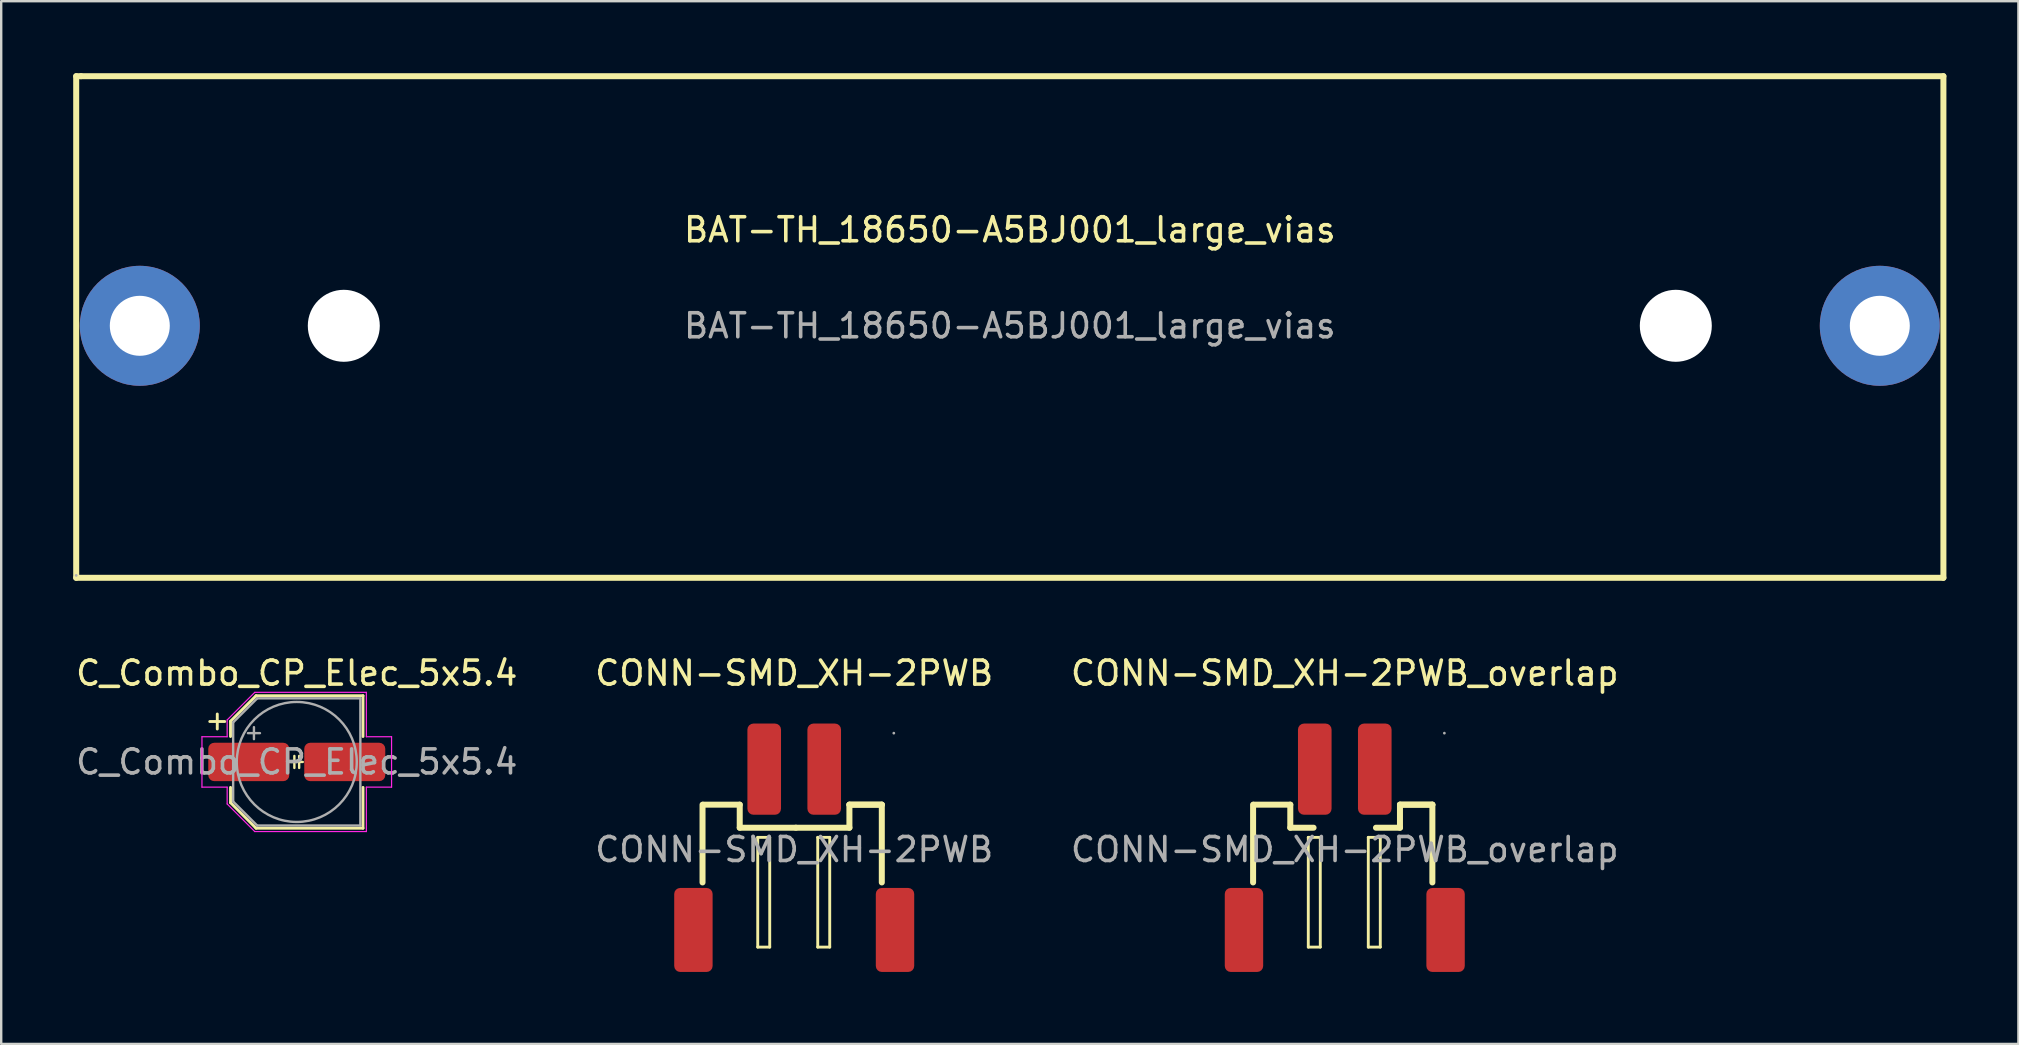
<source format=kicad_pcb>
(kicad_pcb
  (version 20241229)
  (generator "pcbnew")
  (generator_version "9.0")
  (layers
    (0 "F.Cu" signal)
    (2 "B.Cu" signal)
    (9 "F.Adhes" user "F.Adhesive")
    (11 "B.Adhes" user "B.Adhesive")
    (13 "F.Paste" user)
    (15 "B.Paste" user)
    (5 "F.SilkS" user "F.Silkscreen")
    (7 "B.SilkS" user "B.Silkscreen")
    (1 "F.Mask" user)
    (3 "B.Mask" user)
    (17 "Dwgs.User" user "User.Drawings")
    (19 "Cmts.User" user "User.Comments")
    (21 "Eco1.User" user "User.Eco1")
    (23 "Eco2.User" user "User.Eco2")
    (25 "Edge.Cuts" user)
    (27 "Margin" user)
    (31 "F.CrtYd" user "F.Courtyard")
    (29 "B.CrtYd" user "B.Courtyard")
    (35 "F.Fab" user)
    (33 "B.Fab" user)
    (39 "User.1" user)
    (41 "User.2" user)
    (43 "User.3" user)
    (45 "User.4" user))
  (footprint "CONN-SMD_XH-2PWB"
    (layer "F.Cu")
    (at 30.042 32.348)
    (property "Reference" "CONN-SMD_XH-2PWB" (at 0 -7.35 0) (layer "F.SilkS") (effects (font (size 1 1) (thickness 0.15))))
    (attr smd)
    (fp_line (start -3.82 1.37) (end -3.82 -1.87) (stroke (width 0.25) (type solid)) (layer "F.SilkS"))
    (fp_line (start -2.27 -1.87) (end -3.79 -1.87) (stroke (width 0.25) (type solid)) (layer "F.SilkS"))
    (fp_line (start -2.27 -0.91) (end -2.27 -1.87) (stroke (width 0.25) (type solid)) (layer "F.SilkS"))
    (fp_line (start -1.52 -0.508) (end -1.52 4.064) (stroke (width 0.12) (type solid)) (layer "F.SilkS"))
    (fp_line (start -1.52 4.064) (end -1.02 4.064) (stroke (width 0.12) (type solid)) (layer "F.SilkS"))
    (fp_line (start -1.02 -0.508) (end -1.52 -0.508) (stroke (width 0.12) (type solid)) (layer "F.SilkS"))
    (fp_line (start -1.02 4.064) (end -1.02 -0.508) (stroke (width 0.12) (type solid)) (layer "F.SilkS"))
    (fp_line (start 0.07 -0.91) (end -2.27 -0.91) (stroke (width 0.25) (type solid)) (layer "F.SilkS"))
    (fp_line (start 0.98 -0.508) (end 0.98 4.064) (stroke (width 0.12) (type solid)) (layer "F.SilkS"))
    (fp_line (start 0.98 4.064) (end 1.48 4.064) (stroke (width 0.12) (type solid)) (layer "F.SilkS"))
    (fp_line (start 1.48 -0.508) (end 0.98 -0.508) (stroke (width 0.12) (type solid)) (layer "F.SilkS"))
    (fp_line (start 1.48 4.064) (end 1.48 -0.508) (stroke (width 0.12) (type solid)) (layer "F.SilkS"))
    (fp_line (start 2.3 -1.87) (end 2.3 -0.91) (stroke (width 0.25) (type solid)) (layer "F.SilkS"))
    (fp_line (start 2.3 -0.91) (end 0.07 -0.91) (stroke (width 0.25) (type solid)) (layer "F.SilkS"))
    (fp_line (start 3.65 -1.87) (end 2.3 -1.87) (stroke (width 0.25) (type solid)) (layer "F.SilkS"))
    (fp_line (start 3.65 -1.87) (end 2.3 -1.87) (stroke (width 0.25) (type solid)) (layer "F.SilkS"))
    (fp_line (start 3.65 1.37) (end 3.65 -1.87) (stroke (width 0.25) (type solid)) (layer "F.SilkS"))
    (fp_circle (center 4.15 -4.85) (end 4.18 -4.85) (stroke (width 0.06) (type solid)) (fill no) (layer "F.Fab"))
    (fp_text user "${REFERENCE}" (at 0 0 0) (layer "F.Fab") (effects (font (size 1 1) (thickness 0.15))))
    (pad "1" smd roundrect (at 1.25 -3.35 180) (size 1.4 3.8) (layers "F.Cu" "F.Mask" "F.Paste") (roundrect_rratio 0.179))
    (pad "2" smd roundrect (at -1.25 -3.35 180) (size 1.4 3.8) (layers "F.Cu" "F.Mask" "F.Paste") (roundrect_rratio 0.179))
    (pad "3" smd roundrect (at 4.2 3.35 180) (size 1.6 3.5) (layers "F.Cu" "F.Mask" "F.Paste") (roundrect_rratio 0.156))
    (pad "4" smd roundrect (at -4.2 3.35 180) (size 1.6 3.5) (layers "F.Cu" "F.Mask" "F.Paste") (roundrect_rratio 0.156)))
  (footprint "BAT-TH_18650-A5BJ001_large_vias"
    (layer "F.Cu")
    (at 39.025 10.525)
    (property "Reference" "BAT-TH_18650-A5BJ001_large_vias" (at 0 -4 0) (layer "F.SilkS") (effects (font (size 1 1) (thickness 0.15))))
    (attr through_hole)
    (fp_line (start -38.9 -10.4) (end -38.7 -10.4) (stroke (width 0.25) (type solid)) (layer "F.SilkS"))
    (fp_line (start -38.9 10.5) (end -38.9 -10.4) (stroke (width 0.25) (type solid)) (layer "F.SilkS"))
    (fp_line (start -38.7 -10.4) (end 38.9 -10.4) (stroke (width 0.25) (type solid)) (layer "F.SilkS"))
    (fp_line (start 38.9 -10.4) (end 38.9 10.5) (stroke (width 0.25) (type solid)) (layer "F.SilkS"))
    (fp_line (start 38.9 10.5) (end -38.9 10.5) (stroke (width 0.25) (type solid)) (layer "F.SilkS"))
    (fp_circle (center -38.9 10.4) (end -38.87 10.4) (stroke (width 0.06) (type solid)) (fill no) (layer "F.Fab"))
    (fp_text user "${REFERENCE}" (at 0 0 0) (layer "F.Fab") (effects (font (size 1 1) (thickness 0.15))))
    (pad "" np_thru_hole circle (at -27.75 0) (size 3 3) (drill 3) (layers "*.Cu" "*.Mask"))
    (pad "" np_thru_hole circle (at 27.75 0) (size 3 3) (drill 3) (layers "*.Cu" "*.Mask"))
    (pad "1" thru_hole circle (at -36.25 0) (size 5 5) (drill 2.5) (layers "*.Cu" "*.Mask"))
    (pad "2" thru_hole circle (at 36.25 0) (size 5 5) (drill 2.5) (layers "*.Cu" "*.Mask")))
  (footprint "CONN-SMD_XH-2PWB_overlap"
    (layer "F.Cu")
    (at 52.982 32.348)
    (property "Reference" "CONN-SMD_XH-2PWB_overlap" (at 0 -7.35 0) (layer "F.SilkS") (effects (font (size 1 1) (thickness 0.15))))
    (attr smd)
    (fp_line (start -3.82 1.37) (end -3.82 -1.87) (stroke (width 0.25) (type solid)) (layer "F.SilkS"))
    (fp_line (start -2.27 -1.87) (end -3.79 -1.87) (stroke (width 0.25) (type solid)) (layer "F.SilkS"))
    (fp_line (start -2.27 -0.91) (end -2.27 -1.87) (stroke (width 0.25) (type solid)) (layer "F.SilkS"))
    (fp_line (start -1.52 -0.508) (end -1.52 4.064) (stroke (width 0.12) (type solid)) (layer "F.SilkS"))
    (fp_line (start -1.52 4.064) (end -1.02 4.064) (stroke (width 0.12) (type solid)) (layer "F.SilkS"))
    (fp_line (start -1.3 -0.91) (end -2.27 -0.91) (stroke (width 0.25) (type solid)) (layer "F.SilkS"))
    (fp_line (start -1.02 -0.508) (end -1.52 -0.508) (stroke (width 0.12) (type solid)) (layer "F.SilkS"))
    (fp_line (start -1.02 4.064) (end -1.02 -0.508) (stroke (width 0.12) (type solid)) (layer "F.SilkS"))
    (fp_line (start 0.98 -0.508) (end 0.98 4.064) (stroke (width 0.12) (type solid)) (layer "F.SilkS"))
    (fp_line (start 0.98 4.064) (end 1.48 4.064) (stroke (width 0.12) (type solid)) (layer "F.SilkS"))
    (fp_line (start 1.48 -0.508) (end 0.98 -0.508) (stroke (width 0.12) (type solid)) (layer "F.SilkS"))
    (fp_line (start 1.48 4.064) (end 1.48 -0.508) (stroke (width 0.12) (type solid)) (layer "F.SilkS"))
    (fp_line (start 2.3 -1.87) (end 2.3 -0.91) (stroke (width 0.25) (type solid)) (layer "F.SilkS"))
    (fp_line (start 2.3 -0.91) (end 1.3 -0.91) (stroke (width 0.25) (type solid)) (layer "F.SilkS"))
    (fp_line (start 3.65 -1.87) (end 2.3 -1.87) (stroke (width 0.25) (type solid)) (layer "F.SilkS"))
    (fp_line (start 3.65 -1.87) (end 2.3 -1.87) (stroke (width 0.25) (type solid)) (layer "F.SilkS"))
    (fp_line (start 3.65 1.37) (end 3.65 -1.87) (stroke (width 0.25) (type solid)) (layer "F.SilkS"))
    (fp_circle (center 4.15 -4.85) (end 4.18 -4.85) (stroke (width 0.06) (type solid)) (fill no) (layer "F.Fab"))
    (fp_text user "${REFERENCE}" (at 0 0 0) (layer "F.Fab") (effects (font (size 1 1) (thickness 0.15))))
    (pad "1" smd roundrect (at 1.25 -3.35 180) (size 1.4 3.8) (layers "F.Cu" "F.Mask" "F.Paste") (roundrect_rratio 0.179))
    (pad "2" smd roundrect (at -1.25 -3.35 180) (size 1.4 3.8) (layers "F.Cu" "F.Mask" "F.Paste") (roundrect_rratio 0.179))
    (pad "3" smd roundrect (at 4.2 3.35 180) (size 1.6 3.5) (layers "F.Cu" "F.Mask" "F.Paste") (roundrect_rratio 0.156))
    (pad "4" smd roundrect (at -4.2 3.35 180) (size 1.6 3.5) (layers "F.Cu" "F.Mask" "F.Paste") (roundrect_rratio 0.156)))
  (footprint "C_Combo_CP_Elec_5x5.4"
    (layer "F.Cu")
    (at 9.315 28.698)
    (property "Reference" "C_Combo_CP_Elec_5x5.4" (at 0 -3.7 0) (layer "F.SilkS") (effects (font (size 1 1) (thickness 0.15))))
    (attr smd)
    (fp_line (start -3.625 -1.685) (end -3 -1.685) (stroke (width 0.12) (type solid)) (layer "F.SilkS"))
    (fp_line (start -3.312 -1.998) (end -3.312 -1.373) (stroke (width 0.12) (type solid)) (layer "F.SilkS"))
    (fp_line (start -2.76 -1.696) (end -2.76 -1.06) (stroke (width 0.12) (type solid)) (layer "F.SilkS"))
    (fp_line (start -2.76 -1.696) (end -1.696 -2.76) (stroke (width 0.12) (type solid)) (layer "F.SilkS"))
    (fp_line (start -2.76 1.696) (end -2.76 1.06) (stroke (width 0.12) (type solid)) (layer "F.SilkS"))
    (fp_line (start -2.76 1.696) (end -1.696 2.76) (stroke (width 0.12) (type solid)) (layer "F.SilkS"))
    (fp_line (start -1.696 -2.76) (end 2.76 -2.76) (stroke (width 0.12) (type solid)) (layer "F.SilkS"))
    (fp_line (start -1.696 2.76) (end 2.76 2.76) (stroke (width 0.12) (type solid)) (layer "F.SilkS"))
    (fp_line (start -0.1 -0.25) (end -0.1 0.25) (stroke (width 0.1) (type default)) (layer "F.SilkS"))
    (fp_line (start -0.1 0) (end -0.25 0) (stroke (width 0.1) (type default)) (layer "F.SilkS"))
    (fp_line (start 0.1 0) (end 0.25 0) (stroke (width 0.1) (type default)) (layer "F.SilkS"))
    (fp_line (start 0.1 0.25) (end 0.1 -0.25) (stroke (width 0.1) (type default)) (layer "F.SilkS"))
    (fp_line (start 2.76 -2.76) (end 2.76 -1.06) (stroke (width 0.12) (type solid)) (layer "F.SilkS"))
    (fp_line (start 2.76 2.76) (end 2.76 1.06) (stroke (width 0.12) (type solid)) (layer "F.SilkS"))
    (fp_line (start -3.95 -1.05) (end -3.95 1.05) (stroke (width 0.05) (type solid)) (layer "F.CrtYd"))
    (fp_line (start -3.95 1.05) (end -2.9 1.05) (stroke (width 0.05) (type solid)) (layer "F.CrtYd"))
    (fp_line (start -2.9 -1.75) (end -2.9 -1.05) (stroke (width 0.05) (type solid)) (layer "F.CrtYd"))
    (fp_line (start -2.9 -1.75) (end -1.75 -2.9) (stroke (width 0.05) (type solid)) (layer "F.CrtYd"))
    (fp_line (start -2.9 -1.05) (end -3.95 -1.05) (stroke (width 0.05) (type solid)) (layer "F.CrtYd"))
    (fp_line (start -2.9 1.05) (end -2.9 1.75) (stroke (width 0.05) (type solid)) (layer "F.CrtYd"))
    (fp_line (start -2.9 1.75) (end -1.75 2.9) (stroke (width 0.05) (type solid)) (layer "F.CrtYd"))
    (fp_line (start -1.75 -2.9) (end 2.9 -2.9) (stroke (width 0.05) (type solid)) (layer "F.CrtYd"))
    (fp_line (start -1.75 2.9) (end 2.9 2.9) (stroke (width 0.05) (type solid)) (layer "F.CrtYd"))
    (fp_line (start 2.9 -2.9) (end 2.9 -1.05) (stroke (width 0.05) (type solid)) (layer "F.CrtYd"))
    (fp_line (start 2.9 -1.05) (end 3.95 -1.05) (stroke (width 0.05) (type solid)) (layer "F.CrtYd"))
    (fp_line (start 2.9 1.05) (end 2.9 2.9) (stroke (width 0.05) (type solid)) (layer "F.CrtYd"))
    (fp_line (start 3.95 -1.05) (end 3.95 1.05) (stroke (width 0.05) (type solid)) (layer "F.CrtYd"))
    (fp_line (start 3.95 1.05) (end 2.9 1.05) (stroke (width 0.05) (type solid)) (layer "F.CrtYd"))
    (fp_line (start -2.65 -1.65) (end -2.65 1.65) (stroke (width 0.1) (type solid)) (layer "F.Fab"))
    (fp_line (start -2.65 -1.65) (end -1.65 -2.65) (stroke (width 0.1) (type solid)) (layer "F.Fab"))
    (fp_line (start -2.65 1.65) (end -1.65 2.65) (stroke (width 0.1) (type solid)) (layer "F.Fab"))
    (fp_line (start -2.034 -1.2) (end -1.534 -1.2) (stroke (width 0.1) (type solid)) (layer "F.Fab"))
    (fp_line (start -1.784 -1.45) (end -1.784 -0.95) (stroke (width 0.1) (type solid)) (layer "F.Fab"))
    (fp_line (start -1.65 -2.65) (end 2.65 -2.65) (stroke (width 0.1) (type solid)) (layer "F.Fab"))
    (fp_line (start -1.65 2.65) (end 2.65 2.65) (stroke (width 0.1) (type solid)) (layer "F.Fab"))
    (fp_line (start 2.65 -2.65) (end 2.65 2.65) (stroke (width 0.1) (type solid)) (layer "F.Fab"))
    (fp_circle (center 0 0) (end 2.5 0) (stroke (width 0.1) (type solid)) (fill no) (layer "F.Fab"))
    (fp_text user "${REFERENCE}" (at 0 0 0) (layer "F.Fab") (effects (font (size 1 1) (thickness 0.15))))
    (pad "1" smd roundrect (at -2 0) (size 3.375 1.6) (layers "F.Cu" "F.Mask" "F.Paste") (roundrect_rratio 0.156))
    (pad "2" smd roundrect (at 2 0) (size 3.375 1.6) (layers "F.Cu" "F.Mask" "F.Paste") (roundrect_rratio 0.156)))
  (gr_rect
    (start -3 -3)
    (end 81.05 40.448)
    (stroke (width 0.1) (type default))
    (fill no)
    (layer "Edge.Cuts")))
</source>
